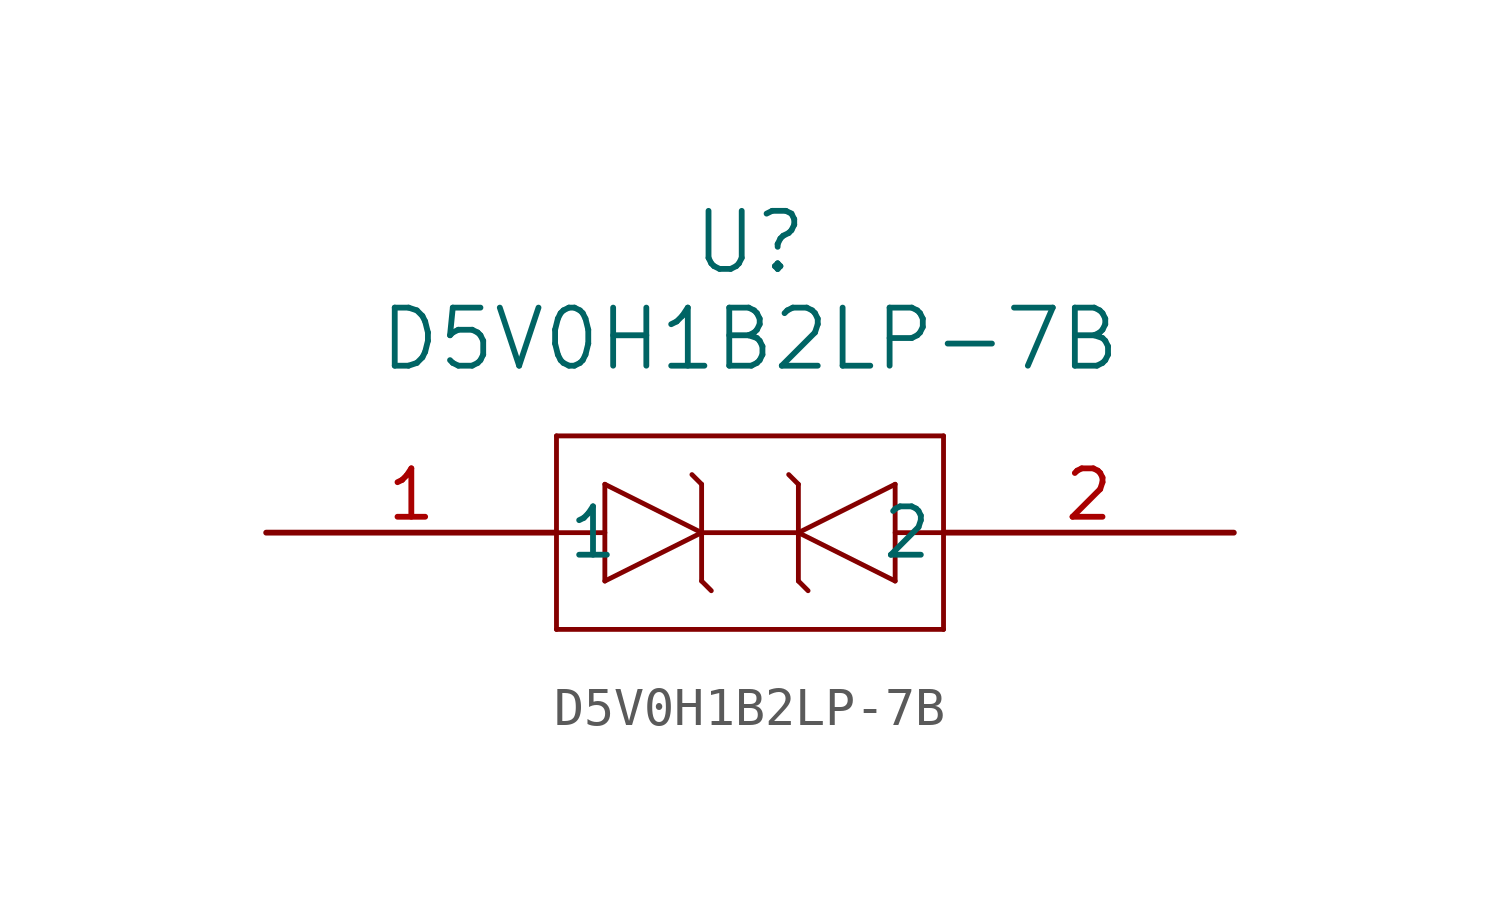
<source format=kicad_sym>
(kicad_symbol_lib
  (version 20211014)
  (generator kicad_symbol_editor)
  (symbol "D5V0H1B2LP-7B"
    (pin_names
      (offset 0.254))
    (property "Reference" "U"
      (at 12.7 7.62 0)
      (effects (font (size 1.524 1.524))))
    (property "Value" "D5V0H1B2LP-7B"
      (at 12.7 5.08 0)
      (effects (font (size 1.524 1.524))))
    (polyline
      (pts (xy 7.62 2.54) (xy 7.62 -2.54))
      (stroke (width 0.127) (type default) (color 0 0 0 0))
      (fill (type none)))
    (polyline
      (pts (xy 7.62 -2.54) (xy 17.78 -2.54))
      (stroke (width 0.127) (type default) (color 0 0 0 0))
      (fill (type none)))
    (polyline
      (pts (xy 17.78 -2.54) (xy 17.78 2.54))
      (stroke (width 0.127) (type default) (color 0 0 0 0))
      (fill (type none)))
    (polyline
      (pts (xy 17.78 2.54) (xy 7.62 2.54))
      (stroke (width 0.127) (type default) (color 0 0 0 0))
      (fill (type none)))
    (polyline
      (pts (xy 13.97 -1.27) (xy 13.97 1.27))
      (stroke (width 0.127) (type default) (color 0 0 0 0))
      (fill (type none)))
    (polyline
      (pts (xy 13.97 0) (xy 16.51 1.27))
      (stroke (width 0.127) (type default) (color 0 0 0 0))
      (fill (type none)))
    (polyline
      (pts (xy 16.51 1.27) (xy 16.51 -1.27))
      (stroke (width 0.127) (type default) (color 0 0 0 0))
      (fill (type none)))
    (polyline
      (pts (xy 16.51 -1.27) (xy 13.97 0))
      (stroke (width 0.127) (type default) (color 0 0 0 0))
      (fill (type none)))
    (polyline
      (pts (xy 13.97 -1.27) (xy 14.224 -1.524))
      (stroke (width 0.127) (type default) (color 0 0 0 0))
      (fill (type none)))
    (polyline
      (pts (xy 13.97 1.27) (xy 13.716 1.524))
      (stroke (width 0.127) (type default) (color 0 0 0 0))
      (fill (type none)))
    (polyline
      (pts (xy 11.43 1.27) (xy 11.43 -1.27))
      (stroke (width 0.127) (type default) (color 0 0 0 0))
      (fill (type none)))
    (polyline
      (pts (xy 11.43 0) (xy 8.89 -1.27))
      (stroke (width 0.127) (type default) (color 0 0 0 0))
      (fill (type none)))
    (polyline
      (pts (xy 8.89 -1.27) (xy 8.89 1.27))
      (stroke (width 0.127) (type default) (color 0 0 0 0))
      (fill (type none)))
    (polyline
      (pts (xy 8.89 1.27) (xy 11.43 0))
      (stroke (width 0.127) (type default) (color 0 0 0 0))
      (fill (type none)))
    (polyline
      (pts (xy 11.43 1.27) (xy 11.176 1.524))
      (stroke (width 0.127) (type default) (color 0 0 0 0))
      (fill (type none)))
    (polyline
      (pts (xy 11.43 -1.27) (xy 11.684 -1.524))
      (stroke (width 0.127) (type default) (color 0 0 0 0))
      (fill (type none)))
    (polyline
      (pts (xy 7.62 0) (xy 8.89 0))
      (stroke (width 0.127) (type default) (color 0 0 0 0))
      (fill (type none)))
    (polyline
      (pts (xy 13.97 0) (xy 11.43 0))
      (stroke (width 0.127) (type default) (color 0 0 0 0))
      (fill (type none)))
    (polyline
      (pts (xy 16.51 0) (xy 17.78 0))
      (stroke (width 0.127) (type default) (color 0 0 0 0))
      (fill (type none)))
    (pin unspecified line
      (at 0 0 0)
      (length 7.62)
      (name "1" (effects (font (size 1.27 1.27))))
      (number "1" (effects (font (size 1.27 1.27)))))
    (pin unspecified line
      (at 25.4 0 180)
      (length 7.62)
      (name "2" (effects (font (size 1.27 1.27))))
      (number "2" (effects (font (size 1.27 1.27)))))))
</source>
